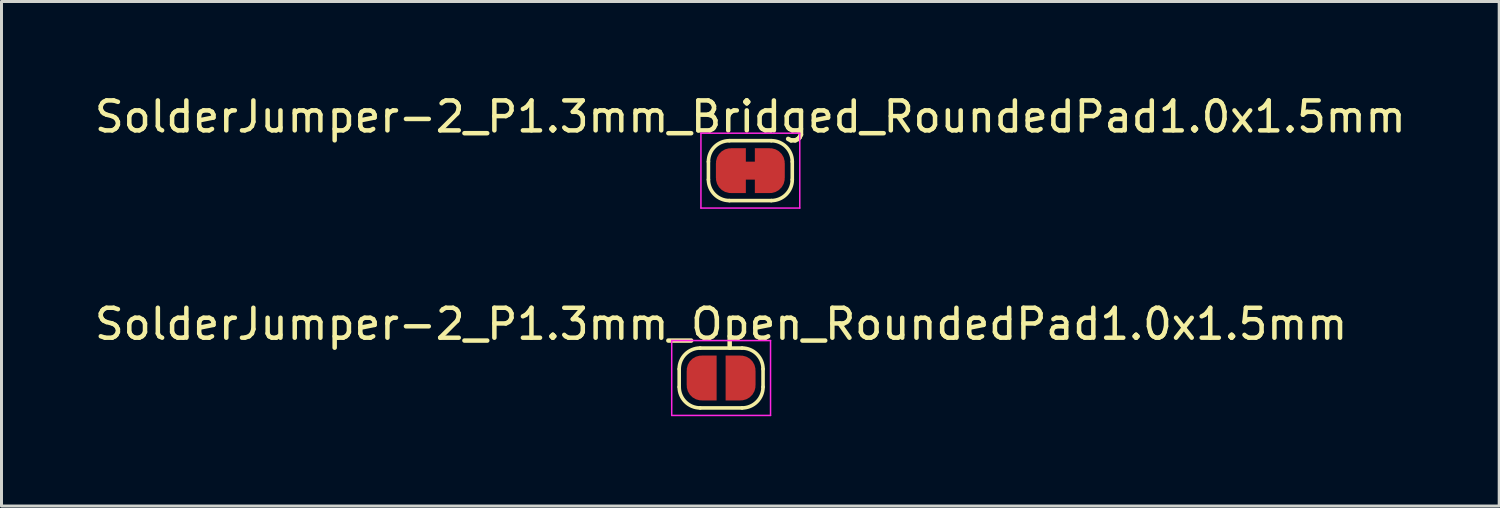
<source format=kicad_pcb>
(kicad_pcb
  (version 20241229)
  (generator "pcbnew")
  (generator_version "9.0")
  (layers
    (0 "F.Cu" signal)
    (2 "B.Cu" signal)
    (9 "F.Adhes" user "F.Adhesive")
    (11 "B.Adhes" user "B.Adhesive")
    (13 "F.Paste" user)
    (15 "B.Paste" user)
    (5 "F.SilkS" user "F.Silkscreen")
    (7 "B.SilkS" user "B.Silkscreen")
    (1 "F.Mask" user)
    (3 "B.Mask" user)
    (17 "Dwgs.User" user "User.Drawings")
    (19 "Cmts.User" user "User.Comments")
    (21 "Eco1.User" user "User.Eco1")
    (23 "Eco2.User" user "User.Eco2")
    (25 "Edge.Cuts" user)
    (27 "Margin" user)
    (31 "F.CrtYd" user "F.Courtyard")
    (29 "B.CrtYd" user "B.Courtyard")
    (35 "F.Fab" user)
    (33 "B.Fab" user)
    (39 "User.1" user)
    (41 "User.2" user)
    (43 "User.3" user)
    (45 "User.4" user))
  (footprint "SolderJumper-2_P1.3mm_Open_RoundedPad1.0x1.5mm"
    (layer "F.Cu")
    (at 21.03 9.572)
    (property "Reference" "SolderJumper-2_P1.3mm_Open_RoundedPad1.0x1.5mm" (at 0 -1.8 0) (layer "F.SilkS") (effects (font (size 1 1) (thickness 0.15))))
    (attr exclude_from_pos_files exclude_from_bom)
    (fp_poly (pts (xy 0.25 -0.75) (xy -0.25 -0.75) (xy -0.25 0.75) (xy 0.25 0.75)) (stroke (width 0) (type solid)) (fill yes) (layer "F.Mask"))
    (fp_line (start -1.4 0.3) (end -1.4 -0.3) (stroke (width 0.12) (type solid)) (layer "F.SilkS"))
    (fp_line (start -0.7 -1) (end 0.7 -1) (stroke (width 0.12) (type solid)) (layer "F.SilkS"))
    (fp_line (start 0.7 1) (end -0.7 1) (stroke (width 0.12) (type solid)) (layer "F.SilkS"))
    (fp_line (start 1.4 -0.3) (end 1.4 0.3) (stroke (width 0.12) (type solid)) (layer "F.SilkS"))
    (fp_arc (start -1.4 -0.3) (mid -1.194975 -0.794975) (end -0.7 -1) (stroke (width 0.12) (type solid)) (layer "F.SilkS"))
    (fp_arc (start -0.7 1) (mid -1.194975 0.794975) (end -1.4 0.3) (stroke (width 0.12) (type solid)) (layer "F.SilkS"))
    (fp_arc (start 0.7 -1) (mid 1.194975 -0.794975) (end 1.4 -0.3) (stroke (width 0.12) (type solid)) (layer "F.SilkS"))
    (fp_arc (start 1.4 0.3) (mid 1.194975 0.794975) (end 0.7 1) (stroke (width 0.12) (type solid)) (layer "F.SilkS"))
    (fp_line (start -1.65 -1.25) (end -1.65 1.25) (stroke (width 0.05) (type solid)) (layer "F.CrtYd"))
    (fp_line (start -1.65 -1.25) (end 1.65 -1.25) (stroke (width 0.05) (type solid)) (layer "F.CrtYd"))
    (fp_line (start 1.65 1.25) (end -1.65 1.25) (stroke (width 0.05) (type solid)) (layer "F.CrtYd"))
    (fp_line (start 1.65 1.25) (end 1.65 -1.25) (stroke (width 0.05) (type solid)) (layer "F.CrtYd"))
    (pad "1" smd custom (at -0.65 0) (size 1 0.5) (layers "F.Cu" "F.Mask") (options (anchor rect)) (primitives (gr_circle (center 0 0.25) (end 0.5 0.25) (width 0) (fill yes)) (gr_circle (center 0 -0.25) (end 0.5 -0.25) (width 0) (fill yes)) (gr_poly (pts (xy 0 -0.75) (xy 0.5 -0.75) (xy 0.5 0.75) (xy 0 0.75)) (width 0) (fill yes))))
    (pad "2" smd custom (at 0.65 0) (size 1 0.5) (layers "F.Cu" "F.Mask") (options (anchor rect)) (primitives (gr_circle (center 0 0.25) (end 0.5 0.25) (width 0) (fill yes)) (gr_circle (center 0 -0.25) (end 0.5 -0.25) (width 0) (fill yes)) (gr_poly (pts (xy 0 -0.75) (xy -0.5 -0.75) (xy -0.5 0.75) (xy 0 0.75)) (width 0) (fill yes)))))
  (footprint "SolderJumper-2_P1.3mm_Bridged_RoundedPad1.0x1.5mm"
    (layer "F.Cu")
    (at 22.006 2.648)
    (property "Reference" "SolderJumper-2_P1.3mm_Bridged_RoundedPad1.0x1.5mm" (at 0 -1.8 0) (layer "F.SilkS") (effects (font (size 1 1) (thickness 0.15))))
    (attr exclude_from_pos_files exclude_from_bom)
    (fp_poly (pts (xy 0.25 -0.3) (xy -0.25 -0.3) (xy -0.25 0.3) (xy 0.25 0.3)) (stroke (width 0) (type solid)) (fill yes) (layer "F.Cu"))
    (fp_poly (pts (xy 0.25 -0.75) (xy -0.25 -0.75) (xy -0.25 0.75) (xy 0.25 0.75)) (stroke (width 0) (type solid)) (fill yes) (layer "F.Mask"))
    (fp_line (start -1.4 0.3) (end -1.4 -0.3) (stroke (width 0.12) (type solid)) (layer "F.SilkS"))
    (fp_line (start -0.7 -1) (end 0.7 -1) (stroke (width 0.12) (type solid)) (layer "F.SilkS"))
    (fp_line (start 0.7 1) (end -0.7 1) (stroke (width 0.12) (type solid)) (layer "F.SilkS"))
    (fp_line (start 1.4 -0.3) (end 1.4 0.3) (stroke (width 0.12) (type solid)) (layer "F.SilkS"))
    (fp_arc (start -1.4 -0.3) (mid -1.194975 -0.794975) (end -0.7 -1) (stroke (width 0.12) (type solid)) (layer "F.SilkS"))
    (fp_arc (start -0.7 1) (mid -1.194975 0.794975) (end -1.4 0.3) (stroke (width 0.12) (type solid)) (layer "F.SilkS"))
    (fp_arc (start 0.7 -1) (mid 1.194975 -0.794975) (end 1.4 -0.3) (stroke (width 0.12) (type solid)) (layer "F.SilkS"))
    (fp_arc (start 1.4 0.3) (mid 1.194975 0.794975) (end 0.7 1) (stroke (width 0.12) (type solid)) (layer "F.SilkS"))
    (fp_line (start -1.65 -1.25) (end -1.65 1.25) (stroke (width 0.05) (type solid)) (layer "F.CrtYd"))
    (fp_line (start -1.65 -1.25) (end 1.65 -1.25) (stroke (width 0.05) (type solid)) (layer "F.CrtYd"))
    (fp_line (start 1.65 1.25) (end -1.65 1.25) (stroke (width 0.05) (type solid)) (layer "F.CrtYd"))
    (fp_line (start 1.65 1.25) (end 1.65 -1.25) (stroke (width 0.05) (type solid)) (layer "F.CrtYd"))
    (pad "1" smd custom (at -0.65 0) (size 1 0.5) (layers "F.Cu" "F.Mask") (options (anchor rect)) (primitives (gr_circle (center 0 0.25) (end 0.5 0.25) (width 0) (fill yes)) (gr_circle (center 0 -0.25) (end 0.5 -0.25) (width 0) (fill yes)) (gr_poly (pts (xy 0 -0.75) (xy 0.5 -0.75) (xy 0.5 0.75) (xy 0 0.75)) (width 0) (fill yes))))
    (pad "2" smd custom (at 0.65 0) (size 1 0.5) (layers "F.Cu" "F.Mask") (options (anchor rect)) (primitives (gr_circle (center 0 0.25) (end 0.5 0.25) (width 0) (fill yes)) (gr_circle (center 0 -0.25) (end 0.5 -0.25) (width 0) (fill yes)) (gr_poly (pts (xy 0 -0.75) (xy -0.5 -0.75) (xy -0.5 0.75) (xy 0 0.75)) (width 0) (fill yes)))))
  (gr_rect
    (start -3 -3)
    (end 47.012 13.847)
    (stroke (width 0.1) (type default))
    (fill no)
    (layer "Edge.Cuts")))
</source>
